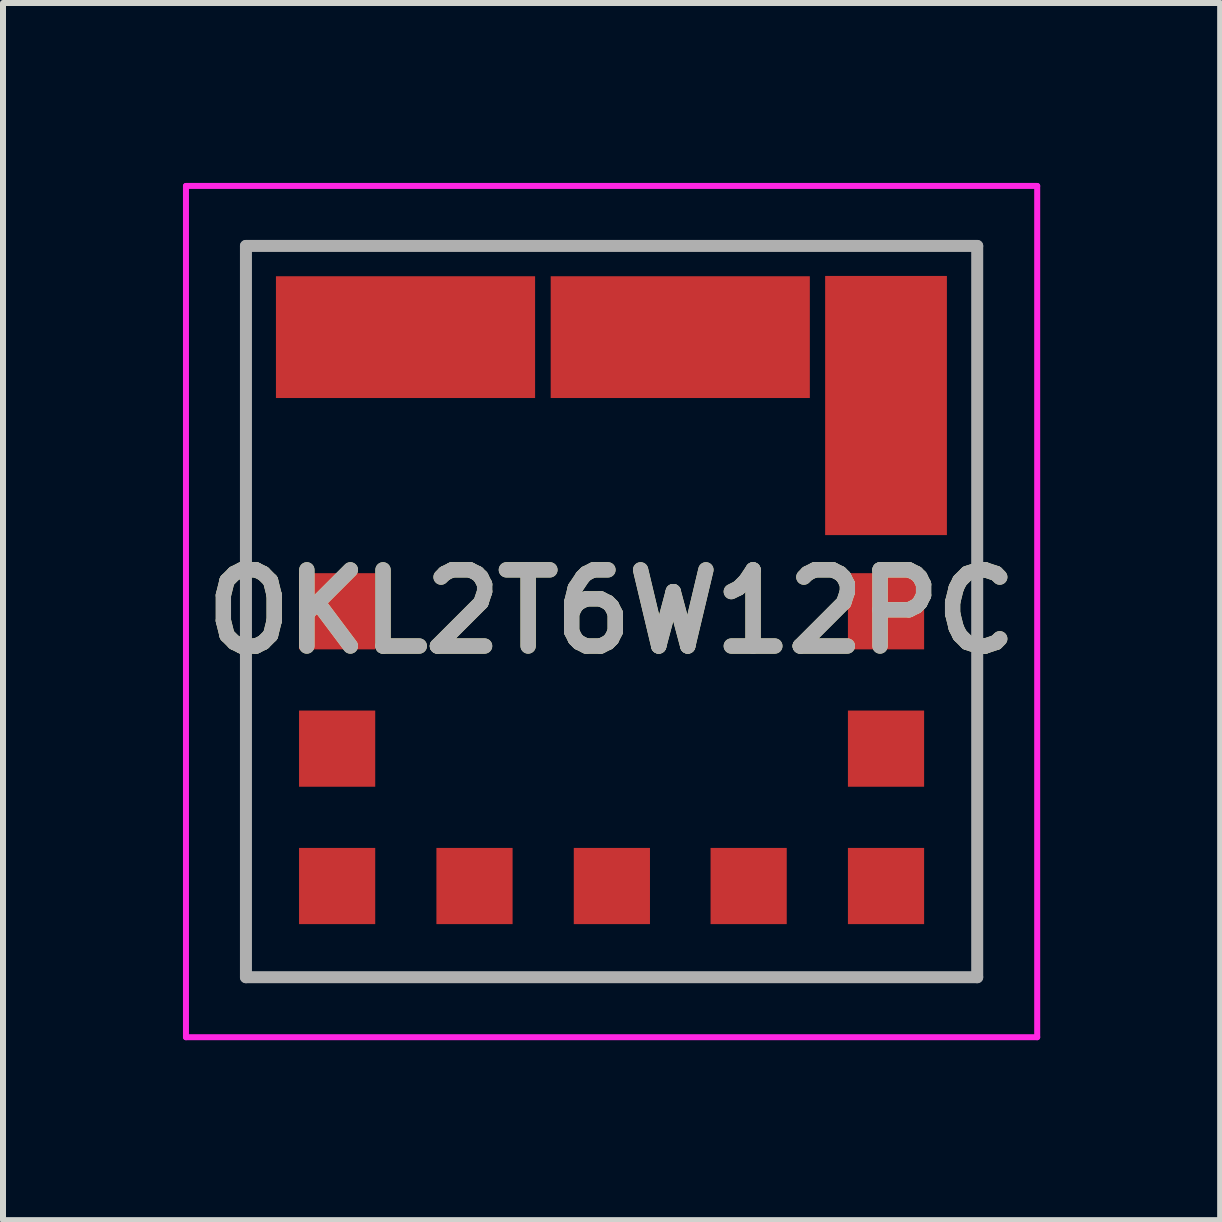
<source format=kicad_pcb>
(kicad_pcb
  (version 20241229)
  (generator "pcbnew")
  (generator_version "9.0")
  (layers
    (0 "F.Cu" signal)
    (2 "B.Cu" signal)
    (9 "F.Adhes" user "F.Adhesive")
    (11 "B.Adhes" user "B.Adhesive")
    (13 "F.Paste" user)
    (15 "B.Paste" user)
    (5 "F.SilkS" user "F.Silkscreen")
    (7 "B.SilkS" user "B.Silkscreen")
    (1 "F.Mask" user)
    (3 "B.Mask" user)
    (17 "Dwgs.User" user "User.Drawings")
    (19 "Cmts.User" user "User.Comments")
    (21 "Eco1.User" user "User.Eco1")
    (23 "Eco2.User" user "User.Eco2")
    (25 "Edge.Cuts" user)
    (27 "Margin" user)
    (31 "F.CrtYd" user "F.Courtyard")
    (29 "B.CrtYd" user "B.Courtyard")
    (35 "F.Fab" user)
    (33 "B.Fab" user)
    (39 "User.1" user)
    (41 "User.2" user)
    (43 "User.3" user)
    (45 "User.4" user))
  (footprint "OKL2T6W12PC"
    (layer "F.Cu")
    (at 7.14 7.14)
    (property "Reference" "OKL2T6W12PC" (at 0.005 0.005 0) (layer "F.SilkS") (effects (font (size 1.27 1.27) (thickness 0.254))))
    (attr smd)
    (fp_line (start -6.09 -6.09) (end 6.1 -6.09) (stroke (width 0.1) (type solid)) (layer "F.SilkS"))
    (fp_line (start -6.09 6.1) (end -6.09 -6.09) (stroke (width 0.1) (type solid)) (layer "F.SilkS"))
    (fp_line (start 6.1 -6.09) (end 6.1 6.1) (stroke (width 0.1) (type solid)) (layer "F.SilkS"))
    (fp_line (start 6.1 6.1) (end -6.09 6.1) (stroke (width 0.1) (type solid)) (layer "F.SilkS"))
    (fp_line (start -7.09 -7.09) (end 7.1 -7.09) (stroke (width 0.1) (type solid)) (layer "F.CrtYd"))
    (fp_line (start -7.09 7.1) (end -7.09 -7.09) (stroke (width 0.1) (type solid)) (layer "F.CrtYd"))
    (fp_line (start 7.1 -7.09) (end 7.1 7.1) (stroke (width 0.1) (type solid)) (layer "F.CrtYd"))
    (fp_line (start 7.1 7.1) (end -7.09 7.1) (stroke (width 0.1) (type solid)) (layer "F.CrtYd"))
    (fp_line (start -6.09 -6.09) (end -6.09 6.1) (stroke (width 0.2) (type solid)) (layer "F.Fab"))
    (fp_line (start -6.09 6.1) (end 6.1 6.1) (stroke (width 0.2) (type solid)) (layer "F.Fab"))
    (fp_line (start 6.1 -6.09) (end -6.09 -6.09) (stroke (width 0.2) (type solid)) (layer "F.Fab"))
    (fp_line (start 6.1 6.1) (end 6.1 -6.09) (stroke (width 0.2) (type solid)) (layer "F.Fab"))
    (fp_text user "${REFERENCE}" (at 0.005 0.005 0) (layer "F.Fab") (effects (font (size 1.27 1.27) (thickness 0.254))))
    (pad "1" smd rect (at -4.57 0 90) (size 1.27 1.27) (layers "F.Cu" "F.Mask" "F.Paste"))
    (pad "2" smd rect (at -3.43 -4.57 90) (size 2.03 4.32) (layers "F.Cu" "F.Mask" "F.Paste"))
    (pad "3" smd rect (at 1.15 -4.57 90) (size 2.03 4.32) (layers "F.Cu" "F.Mask" "F.Paste"))
    (pad "4" smd rect (at 4.58 -3.43) (size 2.03 4.32) (layers "F.Cu" "F.Mask" "F.Paste"))
    (pad "5" smd rect (at 4.58 0 90) (size 1.27 1.27) (layers "F.Cu" "F.Mask" "F.Paste"))
    (pad "6" smd rect (at 4.58 4.58 90) (size 1.27 1.27) (layers "F.Cu" "F.Mask" "F.Paste"))
    (pad "7" smd rect (at 0.01 4.58 90) (size 1.27 1.27) (layers "F.Cu" "F.Mask" "F.Paste"))
    (pad "8" smd rect (at -2.28 4.58 90) (size 1.27 1.27) (layers "F.Cu" "F.Mask" "F.Paste"))
    (pad "9" smd rect (at -4.57 4.58 90) (size 1.27 1.27) (layers "F.Cu" "F.Mask" "F.Paste"))
    (pad "10" smd rect (at -4.57 2.29 90) (size 1.27 1.27) (layers "F.Cu" "F.Mask" "F.Paste"))
    (pad "11" smd rect (at 4.58 2.29 90) (size 1.27 1.27) (layers "F.Cu" "F.Mask" "F.Paste"))
    (pad "12" smd rect (at 2.29 4.58 90) (size 1.27 1.27) (layers "F.Cu" "F.Mask" "F.Paste")))
  (gr_rect
    (start -3 -3)
    (end 17.29 17.29)
    (stroke (width 0.1) (type default))
    (fill no)
    (layer "Edge.Cuts")))
</source>
